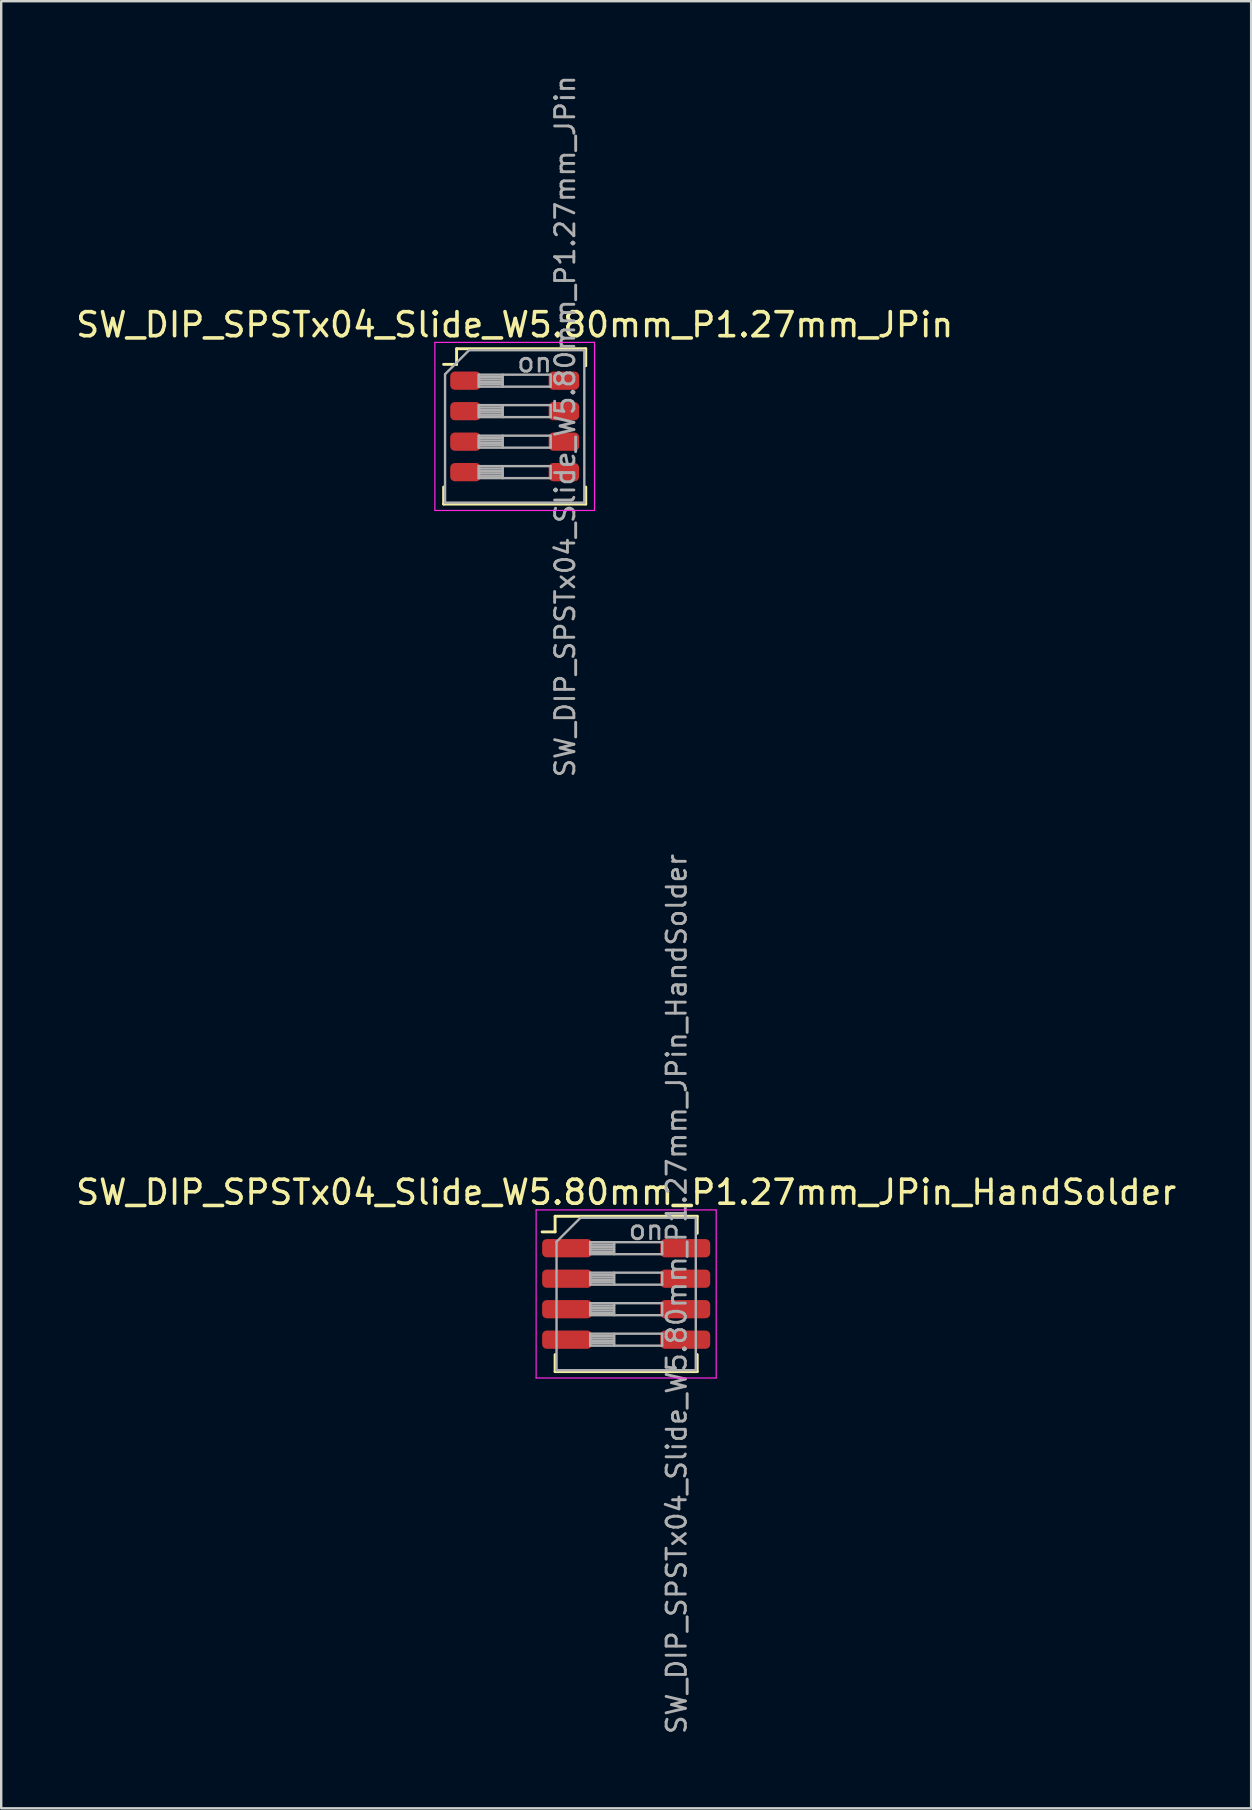
<source format=kicad_pcb>
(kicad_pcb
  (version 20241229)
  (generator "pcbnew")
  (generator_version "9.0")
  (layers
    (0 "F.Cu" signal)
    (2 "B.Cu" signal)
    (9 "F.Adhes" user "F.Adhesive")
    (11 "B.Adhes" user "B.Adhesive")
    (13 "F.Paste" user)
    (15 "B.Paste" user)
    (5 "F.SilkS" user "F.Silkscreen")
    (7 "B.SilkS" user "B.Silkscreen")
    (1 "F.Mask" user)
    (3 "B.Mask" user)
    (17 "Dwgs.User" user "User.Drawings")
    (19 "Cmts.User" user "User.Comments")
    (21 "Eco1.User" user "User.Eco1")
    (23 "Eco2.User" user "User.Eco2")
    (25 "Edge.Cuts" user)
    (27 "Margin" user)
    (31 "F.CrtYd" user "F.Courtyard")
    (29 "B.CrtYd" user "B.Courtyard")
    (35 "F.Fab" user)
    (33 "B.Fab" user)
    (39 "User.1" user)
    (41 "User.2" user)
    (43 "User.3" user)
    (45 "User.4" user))
  (footprint "SW_DIP_SPSTx04_Slide_W5.80mm_P1.27mm_JPin_HandSolder"
    (layer "F.Cu")
    (at 23.03 50.843)
    (property "Reference" "SW_DIP_SPSTx04_Slide_W5.80mm_P1.27mm_JPin_HandSolder" (at 0 -4.235 0) (layer "F.SilkS") (effects (font (size 1 1) (thickness 0.15))))
    (attr smd)
    (fp_line (start -3.5 -2.585) (end -2.96 -2.585) (stroke (width 0.12) (type solid)) (layer "F.SilkS"))
    (fp_line (start -2.96 -3.235) (end -2.96 -2.585) (stroke (width 0.12) (type solid)) (layer "F.SilkS"))
    (fp_line (start -2.96 -3.235) (end 2.96 -3.235) (stroke (width 0.12) (type solid)) (layer "F.SilkS"))
    (fp_line (start -2.96 2.525) (end -2.96 3.235) (stroke (width 0.12) (type solid)) (layer "F.SilkS"))
    (fp_line (start -2.96 3.235) (end 2.96 3.235) (stroke (width 0.12) (type solid)) (layer "F.SilkS"))
    (fp_line (start 2.96 -3.235) (end 2.96 -2.525) (stroke (width 0.12) (type solid)) (layer "F.SilkS"))
    (fp_line (start 2.96 2.525) (end 2.96 3.235) (stroke (width 0.12) (type solid)) (layer "F.SilkS"))
    (fp_line (start -3.75 -3.5) (end -3.75 3.5) (stroke (width 0.05) (type solid)) (layer "F.CrtYd"))
    (fp_line (start -3.75 3.5) (end 3.75 3.5) (stroke (width 0.05) (type solid)) (layer "F.CrtYd"))
    (fp_line (start 3.75 -3.5) (end -3.75 -3.5) (stroke (width 0.05) (type solid)) (layer "F.CrtYd"))
    (fp_line (start 3.75 3.5) (end 3.75 -3.5) (stroke (width 0.05) (type solid)) (layer "F.CrtYd"))
    (fp_line (start -2.9 -2.175) (end -1.9 -3.175) (stroke (width 0.1) (type solid)) (layer "F.Fab"))
    (fp_line (start -2.9 3.175) (end -2.9 -2.175) (stroke (width 0.1) (type solid)) (layer "F.Fab"))
    (fp_line (start -1.9 -3.175) (end 2.9 -3.175) (stroke (width 0.1) (type solid)) (layer "F.Fab"))
    (fp_line (start -1.5 -2.155) (end -1.5 -1.655) (stroke (width 0.1) (type solid)) (layer "F.Fab"))
    (fp_line (start -1.5 -2.055) (end -0.5 -2.055) (stroke (width 0.1) (type solid)) (layer "F.Fab"))
    (fp_line (start -1.5 -1.955) (end -0.5 -1.955) (stroke (width 0.1) (type solid)) (layer "F.Fab"))
    (fp_line (start -1.5 -1.855) (end -0.5 -1.855) (stroke (width 0.1) (type solid)) (layer "F.Fab"))
    (fp_line (start -1.5 -1.755) (end -0.5 -1.755) (stroke (width 0.1) (type solid)) (layer "F.Fab"))
    (fp_line (start -1.5 -1.655) (end 1.5 -1.655) (stroke (width 0.1) (type solid)) (layer "F.Fab"))
    (fp_line (start -1.5 -0.885) (end -1.5 -0.385) (stroke (width 0.1) (type solid)) (layer "F.Fab"))
    (fp_line (start -1.5 -0.785) (end -0.5 -0.785) (stroke (width 0.1) (type solid)) (layer "F.Fab"))
    (fp_line (start -1.5 -0.685) (end -0.5 -0.685) (stroke (width 0.1) (type solid)) (layer "F.Fab"))
    (fp_line (start -1.5 -0.585) (end -0.5 -0.585) (stroke (width 0.1) (type solid)) (layer "F.Fab"))
    (fp_line (start -1.5 -0.485) (end -0.5 -0.485) (stroke (width 0.1) (type solid)) (layer "F.Fab"))
    (fp_line (start -1.5 -0.385) (end 1.5 -0.385) (stroke (width 0.1) (type solid)) (layer "F.Fab"))
    (fp_line (start -1.5 0.385) (end -1.5 0.885) (stroke (width 0.1) (type solid)) (layer "F.Fab"))
    (fp_line (start -1.5 0.485) (end -0.5 0.485) (stroke (width 0.1) (type solid)) (layer "F.Fab"))
    (fp_line (start -1.5 0.585) (end -0.5 0.585) (stroke (width 0.1) (type solid)) (layer "F.Fab"))
    (fp_line (start -1.5 0.685) (end -0.5 0.685) (stroke (width 0.1) (type solid)) (layer "F.Fab"))
    (fp_line (start -1.5 0.785) (end -0.5 0.785) (stroke (width 0.1) (type solid)) (layer "F.Fab"))
    (fp_line (start -1.5 0.885) (end 1.5 0.885) (stroke (width 0.1) (type solid)) (layer "F.Fab"))
    (fp_line (start -1.5 1.655) (end -1.5 2.155) (stroke (width 0.1) (type solid)) (layer "F.Fab"))
    (fp_line (start -1.5 1.755) (end -0.5 1.755) (stroke (width 0.1) (type solid)) (layer "F.Fab"))
    (fp_line (start -1.5 1.855) (end -0.5 1.855) (stroke (width 0.1) (type solid)) (layer "F.Fab"))
    (fp_line (start -1.5 1.955) (end -0.5 1.955) (stroke (width 0.1) (type solid)) (layer "F.Fab"))
    (fp_line (start -1.5 2.055) (end -0.5 2.055) (stroke (width 0.1) (type solid)) (layer "F.Fab"))
    (fp_line (start -1.5 2.155) (end 1.5 2.155) (stroke (width 0.1) (type solid)) (layer "F.Fab"))
    (fp_line (start -0.5 -2.155) (end -0.5 -1.655) (stroke (width 0.1) (type solid)) (layer "F.Fab"))
    (fp_line (start -0.5 -0.885) (end -0.5 -0.385) (stroke (width 0.1) (type solid)) (layer "F.Fab"))
    (fp_line (start -0.5 0.385) (end -0.5 0.885) (stroke (width 0.1) (type solid)) (layer "F.Fab"))
    (fp_line (start -0.5 1.655) (end -0.5 2.155) (stroke (width 0.1) (type solid)) (layer "F.Fab"))
    (fp_line (start 1.5 -2.155) (end -1.5 -2.155) (stroke (width 0.1) (type solid)) (layer "F.Fab"))
    (fp_line (start 1.5 -1.655) (end 1.5 -2.155) (stroke (width 0.1) (type solid)) (layer "F.Fab"))
    (fp_line (start 1.5 -0.885) (end -1.5 -0.885) (stroke (width 0.1) (type solid)) (layer "F.Fab"))
    (fp_line (start 1.5 -0.385) (end 1.5 -0.885) (stroke (width 0.1) (type solid)) (layer "F.Fab"))
    (fp_line (start 1.5 0.385) (end -1.5 0.385) (stroke (width 0.1) (type solid)) (layer "F.Fab"))
    (fp_line (start 1.5 0.885) (end 1.5 0.385) (stroke (width 0.1) (type solid)) (layer "F.Fab"))
    (fp_line (start 1.5 1.655) (end -1.5 1.655) (stroke (width 0.1) (type solid)) (layer "F.Fab"))
    (fp_line (start 1.5 2.155) (end 1.5 1.655) (stroke (width 0.1) (type solid)) (layer "F.Fab"))
    (fp_line (start 2.9 -3.175) (end 2.9 3.175) (stroke (width 0.1) (type solid)) (layer "F.Fab"))
    (fp_line (start 2.9 3.175) (end -2.9 3.175) (stroke (width 0.1) (type solid)) (layer "F.Fab"))
    (fp_text user "on" (at 0.83 -2.665 0) (layer "F.Fab") (effects (font (size 0.8 0.8) (thickness 0.12))))
    (fp_text user "${REFERENCE}" (at 2.1 0 90) (layer "F.Fab") (effects (font (size 0.8 0.8) (thickness 0.12))))
    (pad "1" smd roundrect (at -2.46 -1.905) (size 2.08 0.76) (layers "F.Cu" "F.Mask" "F.Paste") (roundrect_rratio 0.25))
    (pad "2" smd roundrect (at -2.46 -0.635) (size 2.08 0.76) (layers "F.Cu" "F.Mask" "F.Paste") (roundrect_rratio 0.25))
    (pad "3" smd roundrect (at -2.46 0.635) (size 2.08 0.76) (layers "F.Cu" "F.Mask" "F.Paste") (roundrect_rratio 0.25))
    (pad "4" smd roundrect (at -2.46 1.905) (size 2.08 0.76) (layers "F.Cu" "F.Mask" "F.Paste") (roundrect_rratio 0.25))
    (pad "5" smd roundrect (at 2.46 1.905) (size 2.08 0.76) (layers "F.Cu" "F.Mask" "F.Paste") (roundrect_rratio 0.25))
    (pad "6" smd roundrect (at 2.46 0.635) (size 2.08 0.76) (layers "F.Cu" "F.Mask" "F.Paste") (roundrect_rratio 0.25))
    (pad "7" smd roundrect (at 2.46 -0.635) (size 2.08 0.76) (layers "F.Cu" "F.Mask" "F.Paste") (roundrect_rratio 0.25))
    (pad "8" smd roundrect (at 2.46 -1.905) (size 2.08 0.76) (layers "F.Cu" "F.Mask" "F.Paste") (roundrect_rratio 0.25)))
  (footprint "SW_DIP_SPSTx04_Slide_W5.80mm_P1.27mm_JPin"
    (layer "F.Cu")
    (at 18.387 14.71)
    (property "Reference" "SW_DIP_SPSTx04_Slide_W5.80mm_P1.27mm_JPin" (at 0 -4.235 0) (layer "F.SilkS") (effects (font (size 1 1) (thickness 0.15))))
    (attr smd)
    (fp_line (start -2.96 -2.585) (end -2.42 -2.585) (stroke (width 0.12) (type solid)) (layer "F.SilkS"))
    (fp_line (start -2.96 2.525) (end -2.96 3.235) (stroke (width 0.12) (type solid)) (layer "F.SilkS"))
    (fp_line (start -2.96 3.235) (end 2.96 3.235) (stroke (width 0.12) (type solid)) (layer "F.SilkS"))
    (fp_line (start -2.42 -3.235) (end -2.42 -2.585) (stroke (width 0.12) (type solid)) (layer "F.SilkS"))
    (fp_line (start -2.42 -3.235) (end 2.96 -3.235) (stroke (width 0.12) (type solid)) (layer "F.SilkS"))
    (fp_line (start 2.96 -3.235) (end 2.96 -2.525) (stroke (width 0.12) (type solid)) (layer "F.SilkS"))
    (fp_line (start 2.96 2.525) (end 2.96 3.235) (stroke (width 0.12) (type solid)) (layer "F.SilkS"))
    (fp_line (start -3.325 -3.5) (end -3.325 3.5) (stroke (width 0.05) (type solid)) (layer "F.CrtYd"))
    (fp_line (start -3.325 3.5) (end 3.325 3.5) (stroke (width 0.05) (type solid)) (layer "F.CrtYd"))
    (fp_line (start 3.325 -3.5) (end -3.325 -3.5) (stroke (width 0.05) (type solid)) (layer "F.CrtYd"))
    (fp_line (start 3.325 3.5) (end 3.325 -3.5) (stroke (width 0.05) (type solid)) (layer "F.CrtYd"))
    (fp_line (start -2.9 -2.175) (end -1.9 -3.175) (stroke (width 0.1) (type solid)) (layer "F.Fab"))
    (fp_line (start -2.9 3.175) (end -2.9 -2.175) (stroke (width 0.1) (type solid)) (layer "F.Fab"))
    (fp_line (start -1.9 -3.175) (end 2.9 -3.175) (stroke (width 0.1) (type solid)) (layer "F.Fab"))
    (fp_line (start -1.5 -2.155) (end -1.5 -1.655) (stroke (width 0.1) (type solid)) (layer "F.Fab"))
    (fp_line (start -1.5 -2.055) (end -0.5 -2.055) (stroke (width 0.1) (type solid)) (layer "F.Fab"))
    (fp_line (start -1.5 -1.955) (end -0.5 -1.955) (stroke (width 0.1) (type solid)) (layer "F.Fab"))
    (fp_line (start -1.5 -1.855) (end -0.5 -1.855) (stroke (width 0.1) (type solid)) (layer "F.Fab"))
    (fp_line (start -1.5 -1.755) (end -0.5 -1.755) (stroke (width 0.1) (type solid)) (layer "F.Fab"))
    (fp_line (start -1.5 -1.655) (end 1.5 -1.655) (stroke (width 0.1) (type solid)) (layer "F.Fab"))
    (fp_line (start -1.5 -0.885) (end -1.5 -0.385) (stroke (width 0.1) (type solid)) (layer "F.Fab"))
    (fp_line (start -1.5 -0.785) (end -0.5 -0.785) (stroke (width 0.1) (type solid)) (layer "F.Fab"))
    (fp_line (start -1.5 -0.685) (end -0.5 -0.685) (stroke (width 0.1) (type solid)) (layer "F.Fab"))
    (fp_line (start -1.5 -0.585) (end -0.5 -0.585) (stroke (width 0.1) (type solid)) (layer "F.Fab"))
    (fp_line (start -1.5 -0.485) (end -0.5 -0.485) (stroke (width 0.1) (type solid)) (layer "F.Fab"))
    (fp_line (start -1.5 -0.385) (end 1.5 -0.385) (stroke (width 0.1) (type solid)) (layer "F.Fab"))
    (fp_line (start -1.5 0.385) (end -1.5 0.885) (stroke (width 0.1) (type solid)) (layer "F.Fab"))
    (fp_line (start -1.5 0.485) (end -0.5 0.485) (stroke (width 0.1) (type solid)) (layer "F.Fab"))
    (fp_line (start -1.5 0.585) (end -0.5 0.585) (stroke (width 0.1) (type solid)) (layer "F.Fab"))
    (fp_line (start -1.5 0.685) (end -0.5 0.685) (stroke (width 0.1) (type solid)) (layer "F.Fab"))
    (fp_line (start -1.5 0.785) (end -0.5 0.785) (stroke (width 0.1) (type solid)) (layer "F.Fab"))
    (fp_line (start -1.5 0.885) (end 1.5 0.885) (stroke (width 0.1) (type solid)) (layer "F.Fab"))
    (fp_line (start -1.5 1.655) (end -1.5 2.155) (stroke (width 0.1) (type solid)) (layer "F.Fab"))
    (fp_line (start -1.5 1.755) (end -0.5 1.755) (stroke (width 0.1) (type solid)) (layer "F.Fab"))
    (fp_line (start -1.5 1.855) (end -0.5 1.855) (stroke (width 0.1) (type solid)) (layer "F.Fab"))
    (fp_line (start -1.5 1.955) (end -0.5 1.955) (stroke (width 0.1) (type solid)) (layer "F.Fab"))
    (fp_line (start -1.5 2.055) (end -0.5 2.055) (stroke (width 0.1) (type solid)) (layer "F.Fab"))
    (fp_line (start -1.5 2.155) (end 1.5 2.155) (stroke (width 0.1) (type solid)) (layer "F.Fab"))
    (fp_line (start -0.5 -2.155) (end -0.5 -1.655) (stroke (width 0.1) (type solid)) (layer "F.Fab"))
    (fp_line (start -0.5 -0.885) (end -0.5 -0.385) (stroke (width 0.1) (type solid)) (layer "F.Fab"))
    (fp_line (start -0.5 0.385) (end -0.5 0.885) (stroke (width 0.1) (type solid)) (layer "F.Fab"))
    (fp_line (start -0.5 1.655) (end -0.5 2.155) (stroke (width 0.1) (type solid)) (layer "F.Fab"))
    (fp_line (start 1.5 -2.155) (end -1.5 -2.155) (stroke (width 0.1) (type solid)) (layer "F.Fab"))
    (fp_line (start 1.5 -1.655) (end 1.5 -2.155) (stroke (width 0.1) (type solid)) (layer "F.Fab"))
    (fp_line (start 1.5 -0.885) (end -1.5 -0.885) (stroke (width 0.1) (type solid)) (layer "F.Fab"))
    (fp_line (start 1.5 -0.385) (end 1.5 -0.885) (stroke (width 0.1) (type solid)) (layer "F.Fab"))
    (fp_line (start 1.5 0.385) (end -1.5 0.385) (stroke (width 0.1) (type solid)) (layer "F.Fab"))
    (fp_line (start 1.5 0.885) (end 1.5 0.385) (stroke (width 0.1) (type solid)) (layer "F.Fab"))
    (fp_line (start 1.5 1.655) (end -1.5 1.655) (stroke (width 0.1) (type solid)) (layer "F.Fab"))
    (fp_line (start 1.5 2.155) (end 1.5 1.655) (stroke (width 0.1) (type solid)) (layer "F.Fab"))
    (fp_line (start 2.9 -3.175) (end 2.9 3.175) (stroke (width 0.1) (type solid)) (layer "F.Fab"))
    (fp_line (start 2.9 3.175) (end -2.9 3.175) (stroke (width 0.1) (type solid)) (layer "F.Fab"))
    (fp_text user "${REFERENCE}" (at 2.1 0 90) (layer "F.Fab") (effects (font (size 0.8 0.8) (thickness 0.12))))
    (fp_text user "on" (at 0.83 -2.665 0) (layer "F.Fab") (effects (font (size 0.8 0.8) (thickness 0.12))))
    (pad "1" smd roundrect (at -2.05 -1.905) (size 1.27 0.76) (layers "F.Cu" "F.Mask" "F.Paste") (roundrect_rratio 0.25))
    (pad "2" smd roundrect (at -2.05 -0.635) (size 1.27 0.76) (layers "F.Cu" "F.Mask" "F.Paste") (roundrect_rratio 0.25))
    (pad "3" smd roundrect (at -2.05 0.635) (size 1.27 0.76) (layers "F.Cu" "F.Mask" "F.Paste") (roundrect_rratio 0.25))
    (pad "4" smd roundrect (at -2.05 1.905) (size 1.27 0.76) (layers "F.Cu" "F.Mask" "F.Paste") (roundrect_rratio 0.25))
    (pad "5" smd roundrect (at 2.05 1.905) (size 1.27 0.76) (layers "F.Cu" "F.Mask" "F.Paste") (roundrect_rratio 0.25))
    (pad "6" smd roundrect (at 2.05 0.635) (size 1.27 0.76) (layers "F.Cu" "F.Mask" "F.Paste") (roundrect_rratio 0.25))
    (pad "7" smd roundrect (at 2.05 -0.635) (size 1.27 0.76) (layers "F.Cu" "F.Mask" "F.Paste") (roundrect_rratio 0.25))
    (pad "8" smd roundrect (at 2.05 -1.905) (size 1.27 0.76) (layers "F.Cu" "F.Mask" "F.Paste") (roundrect_rratio 0.25)))
  (gr_rect
    (start -3 -3)
    (end 49.06 72.267)
    (stroke (width 0.1) (type default))
    (fill no)
    (layer "Edge.Cuts")))
</source>
